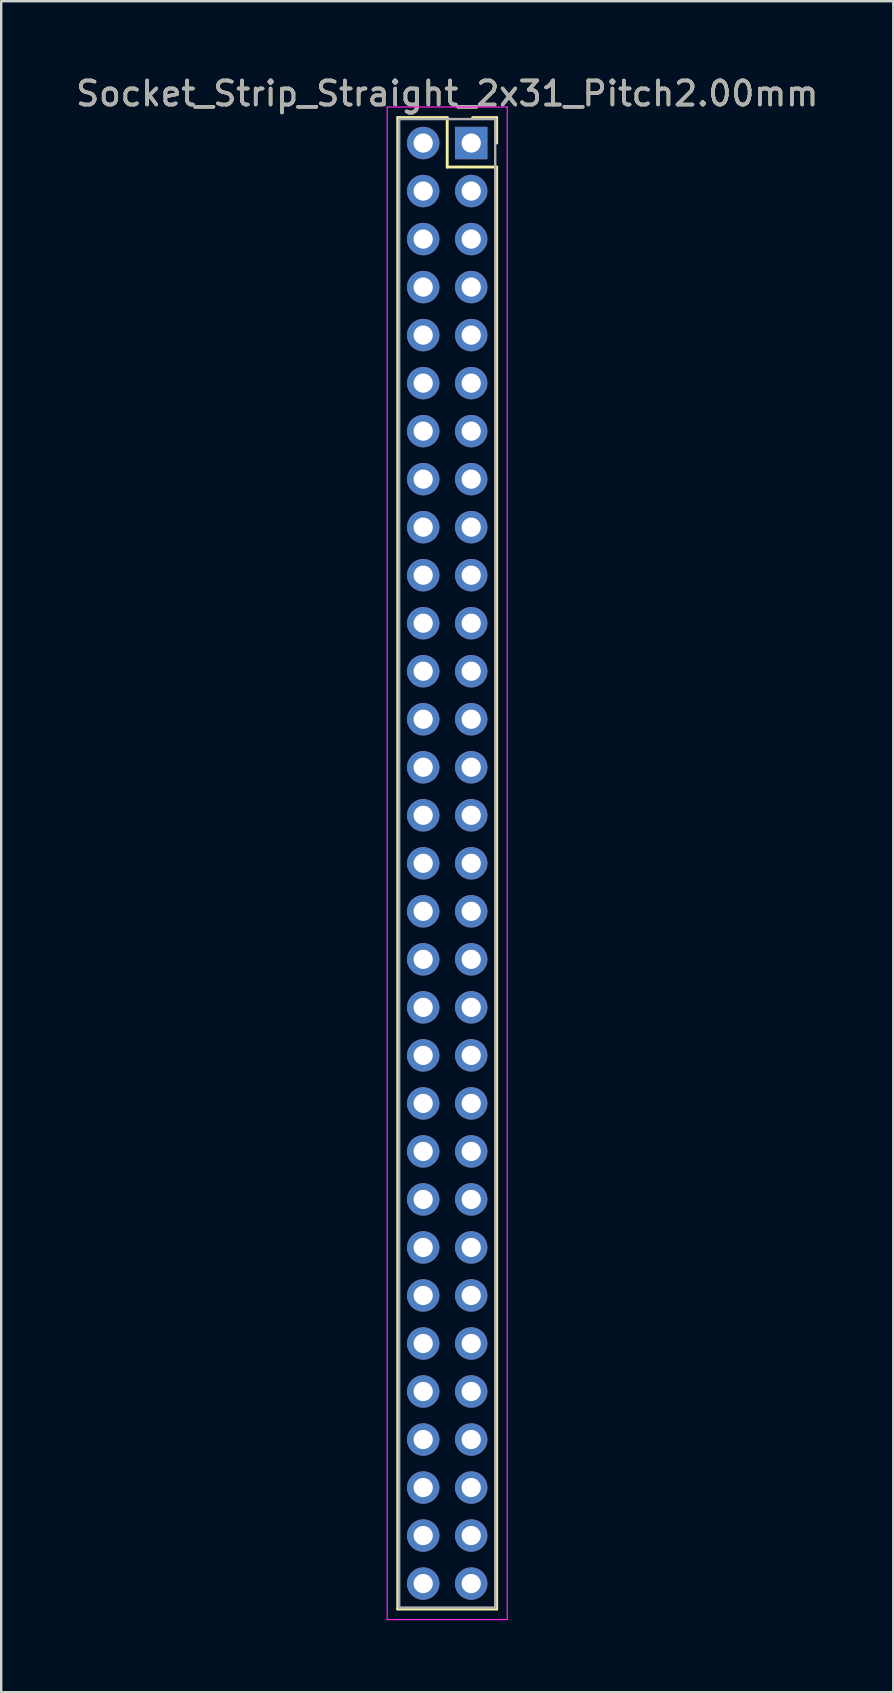
<source format=kicad_pcb>
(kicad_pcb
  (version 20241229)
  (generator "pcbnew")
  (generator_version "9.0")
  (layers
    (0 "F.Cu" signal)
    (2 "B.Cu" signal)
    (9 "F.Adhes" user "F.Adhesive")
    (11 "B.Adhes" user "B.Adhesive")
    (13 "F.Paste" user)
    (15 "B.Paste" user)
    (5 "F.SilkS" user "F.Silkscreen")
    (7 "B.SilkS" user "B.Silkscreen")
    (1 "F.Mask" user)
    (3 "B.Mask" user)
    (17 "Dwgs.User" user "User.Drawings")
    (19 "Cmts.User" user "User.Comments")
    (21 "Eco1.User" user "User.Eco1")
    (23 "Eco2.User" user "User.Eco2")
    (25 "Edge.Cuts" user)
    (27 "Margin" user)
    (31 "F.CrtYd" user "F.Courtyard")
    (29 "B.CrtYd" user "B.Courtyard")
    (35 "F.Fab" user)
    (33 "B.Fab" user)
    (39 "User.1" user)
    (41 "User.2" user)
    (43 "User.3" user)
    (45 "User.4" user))
  (footprint "Socket_Strip_Straight_2x31_Pitch2.00mm"
    (layer "F.Cu")
    (at 16.577 2.908)
    (property "Reference" "Socket_Strip_Straight_2x31_Pitch2.00mm" (at -1 -2.06 0) (layer "F.SilkS") (effects (font (size 1 1) (thickness 0.15))))
    (attr through_hole)
    (fp_line (start -3.06 -1.06) (end -1 -1.06) (stroke (width 0.12) (type solid)) (layer "F.SilkS"))
    (fp_line (start -3.06 61.06) (end -3.06 -1.06) (stroke (width 0.12) (type solid)) (layer "F.SilkS"))
    (fp_line (start -1 -1.06) (end -1 1) (stroke (width 0.12) (type solid)) (layer "F.SilkS"))
    (fp_line (start -1 1) (end 1.06 1) (stroke (width 0.12) (type solid)) (layer "F.SilkS"))
    (fp_line (start 1.06 -1.06) (end 0.06 -1.06) (stroke (width 0.12) (type solid)) (layer "F.SilkS"))
    (fp_line (start 1.06 0) (end 1.06 -1.06) (stroke (width 0.12) (type solid)) (layer "F.SilkS"))
    (fp_line (start 1.06 1) (end 1.06 61.06) (stroke (width 0.12) (type solid)) (layer "F.SilkS"))
    (fp_line (start 1.06 61.06) (end -3.06 61.06) (stroke (width 0.12) (type solid)) (layer "F.SilkS"))
    (fp_line (start -3.5 -1.5) (end -3.5 61.5) (stroke (width 0.05) (type solid)) (layer "F.CrtYd"))
    (fp_line (start -3.5 61.5) (end 1.5 61.5) (stroke (width 0.05) (type solid)) (layer "F.CrtYd"))
    (fp_line (start 1.5 -1.5) (end -3.5 -1.5) (stroke (width 0.05) (type solid)) (layer "F.CrtYd"))
    (fp_line (start 1.5 61.5) (end 1.5 -1.5) (stroke (width 0.05) (type solid)) (layer "F.CrtYd"))
    (fp_line (start -3 -1) (end -3 61) (stroke (width 0.1) (type solid)) (layer "F.Fab"))
    (fp_line (start -3 61) (end 1 61) (stroke (width 0.1) (type solid)) (layer "F.Fab"))
    (fp_line (start 1 -1) (end -3 -1) (stroke (width 0.1) (type solid)) (layer "F.Fab"))
    (fp_line (start 1 61) (end 1 -1) (stroke (width 0.1) (type solid)) (layer "F.Fab"))
    (fp_text user "${REFERENCE}" (at -1 -2.06 0) (layer "F.Fab") (effects (font (size 1 1) (thickness 0.15))))
    (pad "1" thru_hole rect (at 0 0) (size 1.35 1.35) (drill 0.8) (layers "*.Cu" "*.Mask"))
    (pad "2" thru_hole oval (at -2 0) (size 1.35 1.35) (drill 0.8) (layers "*.Cu" "*.Mask"))
    (pad "3" thru_hole oval (at 0 2) (size 1.35 1.35) (drill 0.8) (layers "*.Cu" "*.Mask"))
    (pad "4" thru_hole oval (at -2 2) (size 1.35 1.35) (drill 0.8) (layers "*.Cu" "*.Mask"))
    (pad "5" thru_hole oval (at 0 4) (size 1.35 1.35) (drill 0.8) (layers "*.Cu" "*.Mask"))
    (pad "6" thru_hole oval (at -2 4) (size 1.35 1.35) (drill 0.8) (layers "*.Cu" "*.Mask"))
    (pad "7" thru_hole oval (at 0 6) (size 1.35 1.35) (drill 0.8) (layers "*.Cu" "*.Mask"))
    (pad "8" thru_hole oval (at -2 6) (size 1.35 1.35) (drill 0.8) (layers "*.Cu" "*.Mask"))
    (pad "9" thru_hole oval (at 0 8) (size 1.35 1.35) (drill 0.8) (layers "*.Cu" "*.Mask"))
    (pad "10" thru_hole oval (at -2 8) (size 1.35 1.35) (drill 0.8) (layers "*.Cu" "*.Mask"))
    (pad "11" thru_hole oval (at 0 10) (size 1.35 1.35) (drill 0.8) (layers "*.Cu" "*.Mask"))
    (pad "12" thru_hole oval (at -2 10) (size 1.35 1.35) (drill 0.8) (layers "*.Cu" "*.Mask"))
    (pad "13" thru_hole oval (at 0 12) (size 1.35 1.35) (drill 0.8) (layers "*.Cu" "*.Mask"))
    (pad "14" thru_hole oval (at -2 12) (size 1.35 1.35) (drill 0.8) (layers "*.Cu" "*.Mask"))
    (pad "15" thru_hole oval (at 0 14) (size 1.35 1.35) (drill 0.8) (layers "*.Cu" "*.Mask"))
    (pad "16" thru_hole oval (at -2 14) (size 1.35 1.35) (drill 0.8) (layers "*.Cu" "*.Mask"))
    (pad "17" thru_hole oval (at 0 16) (size 1.35 1.35) (drill 0.8) (layers "*.Cu" "*.Mask"))
    (pad "18" thru_hole oval (at -2 16) (size 1.35 1.35) (drill 0.8) (layers "*.Cu" "*.Mask"))
    (pad "19" thru_hole oval (at 0 18) (size 1.35 1.35) (drill 0.8) (layers "*.Cu" "*.Mask"))
    (pad "20" thru_hole oval (at -2 18) (size 1.35 1.35) (drill 0.8) (layers "*.Cu" "*.Mask"))
    (pad "21" thru_hole oval (at 0 20) (size 1.35 1.35) (drill 0.8) (layers "*.Cu" "*.Mask"))
    (pad "22" thru_hole oval (at -2 20) (size 1.35 1.35) (drill 0.8) (layers "*.Cu" "*.Mask"))
    (pad "23" thru_hole oval (at 0 22) (size 1.35 1.35) (drill 0.8) (layers "*.Cu" "*.Mask"))
    (pad "24" thru_hole oval (at -2 22) (size 1.35 1.35) (drill 0.8) (layers "*.Cu" "*.Mask"))
    (pad "25" thru_hole oval (at 0 24) (size 1.35 1.35) (drill 0.8) (layers "*.Cu" "*.Mask"))
    (pad "26" thru_hole oval (at -2 24) (size 1.35 1.35) (drill 0.8) (layers "*.Cu" "*.Mask"))
    (pad "27" thru_hole oval (at 0 26) (size 1.35 1.35) (drill 0.8) (layers "*.Cu" "*.Mask"))
    (pad "28" thru_hole oval (at -2 26) (size 1.35 1.35) (drill 0.8) (layers "*.Cu" "*.Mask"))
    (pad "29" thru_hole oval (at 0 28) (size 1.35 1.35) (drill 0.8) (layers "*.Cu" "*.Mask"))
    (pad "30" thru_hole oval (at -2 28) (size 1.35 1.35) (drill 0.8) (layers "*.Cu" "*.Mask"))
    (pad "31" thru_hole oval (at 0 30) (size 1.35 1.35) (drill 0.8) (layers "*.Cu" "*.Mask"))
    (pad "32" thru_hole oval (at -2 30) (size 1.35 1.35) (drill 0.8) (layers "*.Cu" "*.Mask"))
    (pad "33" thru_hole oval (at 0 32) (size 1.35 1.35) (drill 0.8) (layers "*.Cu" "*.Mask"))
    (pad "34" thru_hole oval (at -2 32) (size 1.35 1.35) (drill 0.8) (layers "*.Cu" "*.Mask"))
    (pad "35" thru_hole oval (at 0 34) (size 1.35 1.35) (drill 0.8) (layers "*.Cu" "*.Mask"))
    (pad "36" thru_hole oval (at -2 34) (size 1.35 1.35) (drill 0.8) (layers "*.Cu" "*.Mask"))
    (pad "37" thru_hole oval (at 0 36) (size 1.35 1.35) (drill 0.8) (layers "*.Cu" "*.Mask"))
    (pad "38" thru_hole oval (at -2 36) (size 1.35 1.35) (drill 0.8) (layers "*.Cu" "*.Mask"))
    (pad "39" thru_hole oval (at 0 38) (size 1.35 1.35) (drill 0.8) (layers "*.Cu" "*.Mask"))
    (pad "40" thru_hole oval (at -2 38) (size 1.35 1.35) (drill 0.8) (layers "*.Cu" "*.Mask"))
    (pad "41" thru_hole oval (at 0 40) (size 1.35 1.35) (drill 0.8) (layers "*.Cu" "*.Mask"))
    (pad "42" thru_hole oval (at -2 40) (size 1.35 1.35) (drill 0.8) (layers "*.Cu" "*.Mask"))
    (pad "43" thru_hole oval (at 0 42) (size 1.35 1.35) (drill 0.8) (layers "*.Cu" "*.Mask"))
    (pad "44" thru_hole oval (at -2 42) (size 1.35 1.35) (drill 0.8) (layers "*.Cu" "*.Mask"))
    (pad "45" thru_hole oval (at 0 44) (size 1.35 1.35) (drill 0.8) (layers "*.Cu" "*.Mask"))
    (pad "46" thru_hole oval (at -2 44) (size 1.35 1.35) (drill 0.8) (layers "*.Cu" "*.Mask"))
    (pad "47" thru_hole oval (at 0 46) (size 1.35 1.35) (drill 0.8) (layers "*.Cu" "*.Mask"))
    (pad "48" thru_hole oval (at -2 46) (size 1.35 1.35) (drill 0.8) (layers "*.Cu" "*.Mask"))
    (pad "49" thru_hole oval (at 0 48) (size 1.35 1.35) (drill 0.8) (layers "*.Cu" "*.Mask"))
    (pad "50" thru_hole oval (at -2 48) (size 1.35 1.35) (drill 0.8) (layers "*.Cu" "*.Mask"))
    (pad "51" thru_hole oval (at 0 50) (size 1.35 1.35) (drill 0.8) (layers "*.Cu" "*.Mask"))
    (pad "52" thru_hole oval (at -2 50) (size 1.35 1.35) (drill 0.8) (layers "*.Cu" "*.Mask"))
    (pad "53" thru_hole oval (at 0 52) (size 1.35 1.35) (drill 0.8) (layers "*.Cu" "*.Mask"))
    (pad "54" thru_hole oval (at -2 52) (size 1.35 1.35) (drill 0.8) (layers "*.Cu" "*.Mask"))
    (pad "55" thru_hole oval (at 0 54) (size 1.35 1.35) (drill 0.8) (layers "*.Cu" "*.Mask"))
    (pad "56" thru_hole oval (at -2 54) (size 1.35 1.35) (drill 0.8) (layers "*.Cu" "*.Mask"))
    (pad "57" thru_hole oval (at 0 56) (size 1.35 1.35) (drill 0.8) (layers "*.Cu" "*.Mask"))
    (pad "58" thru_hole oval (at -2 56) (size 1.35 1.35) (drill 0.8) (layers "*.Cu" "*.Mask"))
    (pad "59" thru_hole oval (at 0 58) (size 1.35 1.35) (drill 0.8) (layers "*.Cu" "*.Mask"))
    (pad "60" thru_hole oval (at -2 58) (size 1.35 1.35) (drill 0.8) (layers "*.Cu" "*.Mask"))
    (pad "61" thru_hole oval (at 0 60) (size 1.35 1.35) (drill 0.8) (layers "*.Cu" "*.Mask"))
    (pad "62" thru_hole oval (at -2 60) (size 1.35 1.35) (drill 0.8) (layers "*.Cu" "*.Mask")))
  (gr_rect
    (start -3 -3)
    (end 34.155 67.433)
    (stroke (width 0.1) (type default))
    (fill no)
    (layer "Edge.Cuts")))
</source>
